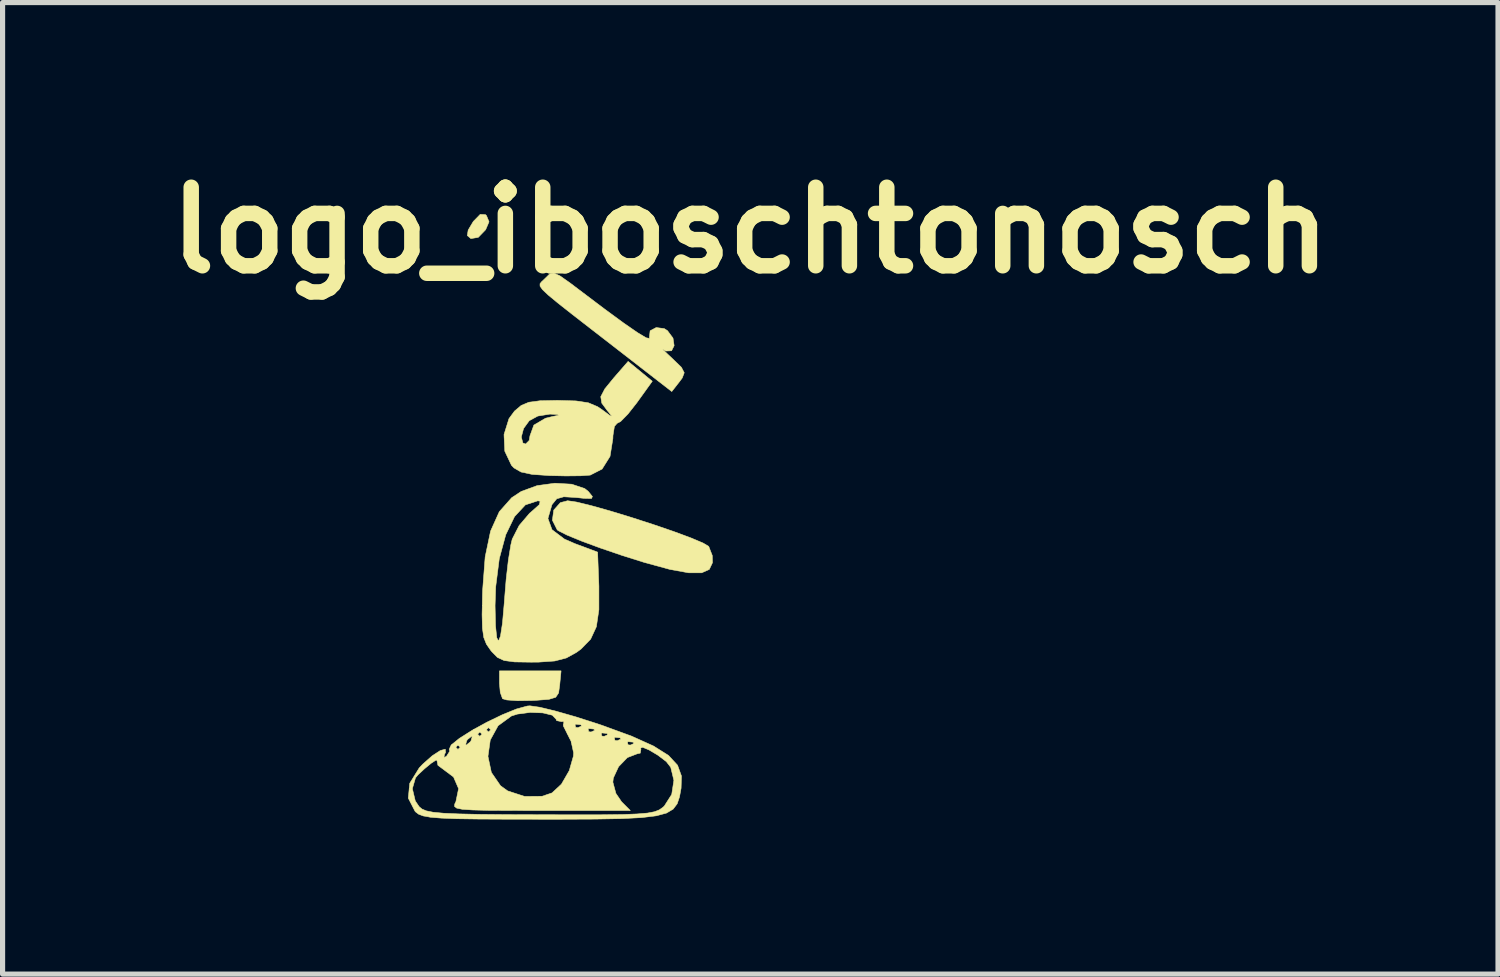
<source format=kicad_pcb>
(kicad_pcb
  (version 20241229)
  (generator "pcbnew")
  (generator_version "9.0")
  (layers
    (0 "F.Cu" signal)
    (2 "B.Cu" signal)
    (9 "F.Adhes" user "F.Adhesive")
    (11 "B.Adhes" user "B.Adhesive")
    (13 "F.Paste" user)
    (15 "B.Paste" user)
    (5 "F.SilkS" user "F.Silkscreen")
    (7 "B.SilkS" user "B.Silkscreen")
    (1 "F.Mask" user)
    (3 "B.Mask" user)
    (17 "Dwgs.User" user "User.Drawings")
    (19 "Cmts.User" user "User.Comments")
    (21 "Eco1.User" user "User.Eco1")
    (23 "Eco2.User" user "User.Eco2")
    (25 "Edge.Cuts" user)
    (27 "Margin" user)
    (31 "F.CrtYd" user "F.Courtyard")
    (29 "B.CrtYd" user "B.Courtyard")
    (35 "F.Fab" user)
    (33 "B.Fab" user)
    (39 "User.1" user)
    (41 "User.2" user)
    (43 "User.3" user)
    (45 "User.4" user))
  (footprint "logo_iboschtonosch"
    (layer "F.Cu")
    (at 8.335 6.498)
    (property "Reference" "logo_iboschtonosch" (at 3.175 -5.08 0) (layer "F.SilkS") (effects (font (size 1.524 1.524) (thickness 0.3))))
    (attr through_hole)
    (fp_poly (pts (xy -2.484 -4.07) (xy -2.248 -3.925) (xy -2.045 -3.771) (xy -1.528 -3.365) (xy -1.701 -3.122) (xy -1.843 -2.961) (xy -1.963 -2.886) (xy -1.974 -2.885) (xy -2.086 -2.938) (xy -2.286 -3.072) (xy -2.534 -3.258) (xy -2.562 -3.28) (xy -2.811 -3.484) (xy -2.945 -3.619) (xy -2.986 -3.716) (xy -2.956 -3.808) (xy -2.936 -3.841) (xy -2.793 -4.025) (xy -2.653 -4.102) (xy -2.484 -4.07)) (stroke (width 0.01) (type solid)) (fill yes) (layer "F.Mask"))
    (fp_poly (pts (xy -2.715 5.587) (xy -2.64 5.698) (xy -2.668 5.89) (xy -2.789 6.046) (xy -2.921 6.096) (xy -3.061 6.037) (xy -3.129 5.973) (xy -3.196 5.822) (xy -3.013 5.822) (xy -3.001 5.849) (xy -2.898 5.891) (xy -2.871 5.88) (xy -2.829 5.777) (xy -2.841 5.75) (xy -2.944 5.708) (xy -2.971 5.719) (xy -3.013 5.822) (xy -3.196 5.822) (xy -3.216 5.777) (xy -3.153 5.621) (xy -2.961 5.547) (xy -2.921 5.546) (xy -2.715 5.587)) (stroke (width 0.01) (type solid)) (fill yes) (layer "F.Mask"))
    (fp_poly (pts (xy -1.049 -5.488) (xy -0.838 -5.323) (xy -0.65 -5.157) (xy -0.529 -5.028) (xy -0.508 -4.987) (xy -0.558 -4.881) (xy -0.688 -4.687) (xy -0.871 -4.44) (xy -1.077 -4.177) (xy -1.278 -3.933) (xy -1.446 -3.745) (xy -1.552 -3.65) (xy -1.566 -3.645) (xy -1.672 -3.694) (xy -1.857 -3.826) (xy -2.027 -3.965) (xy -2.403 -4.29) (xy -1.869 -4.98) (xy -1.62 -5.286) (xy -1.417 -5.502) (xy -1.28 -5.61) (xy -1.239 -5.615) (xy -1.049 -5.488)) (stroke (width 0.01) (type solid)) (fill yes) (layer "F.Mask"))
    (fp_poly (pts (xy -0.506 -6.126) (xy -0.266 -5.938) (xy -0.058 -5.778) (xy 0.031 -5.712) (xy 0.128 -5.63) (xy 0.134 -5.544) (xy 0.044 -5.396) (xy 0.004 -5.34) (xy -0.129 -5.173) (xy -0.226 -5.087) (xy -0.239 -5.084) (xy -0.329 -5.135) (xy -0.513 -5.265) (xy -0.754 -5.447) (xy -0.783 -5.47) (xy -1.021 -5.671) (xy -1.194 -5.843) (xy -1.269 -5.953) (xy -1.27 -5.96) (xy -1.213 -6.089) (xy -1.078 -6.247) (xy -0.886 -6.428) (xy -0.506 -6.126)) (stroke (width 0.01) (type solid)) (fill yes) (layer "F.Mask"))
    (fp_poly (pts (xy 1.241 5.198) (xy 1.419 5.338) (xy 1.516 5.576) (xy 1.524 5.676) (xy 1.455 5.911) (xy 1.284 6.056) (xy 1.062 6.089) (xy 0.841 5.991) (xy 0.81 5.963) (xy 0.694 5.74) (xy 0.698 5.62) (xy 0.951 5.62) (xy 0.988 5.768) (xy 1.094 5.842) (xy 1.101 5.842) (xy 1.205 5.774) (xy 1.242 5.709) (xy 1.245 5.553) (xy 1.161 5.451) (xy 1.04 5.454) (xy 1.005 5.481) (xy 0.951 5.62) (xy 0.698 5.62) (xy 0.703 5.483) (xy 0.81 5.298) (xy 1.024 5.177) (xy 1.241 5.198)) (stroke (width 0.01) (type solid)) (fill yes) (layer "F.Mask"))
    (fp_poly (pts (xy -0.799 4.487) (xy -0.57 4.673) (xy -0.44 4.965) (xy -0.423 5.141) (xy -0.473 5.375) (xy -0.596 5.592) (xy -0.753 5.733) (xy -0.84 5.757) (xy -0.988 5.781) (xy -1.03 5.793) (xy -1.208 5.798) (xy -1.27 5.782) (xy -1.556 5.607) (xy -1.728 5.358) (xy -1.781 5.075) (xy -1.778 5.066) (xy -1.335 5.066) (xy -1.308 5.244) (xy -1.253 5.317) (xy -1.159 5.403) (xy -1.077 5.403) (xy -0.981 5.367) (xy -0.88 5.253) (xy -0.848 5.069) (xy -0.892 4.907) (xy -0.932 4.868) (xy -1.112 4.83) (xy -1.258 4.912) (xy -1.335 5.066) (xy -1.778 5.066) (xy -1.71 4.801) (xy -1.511 4.575) (xy -1.423 4.521) (xy -1.095 4.43) (xy -0.799 4.487)) (stroke (width 0.01) (type solid)) (fill yes) (layer "F.Mask"))
    (fp_poly (pts (xy 2.896 -2.159) (xy 2.705 -1.918) (xy 2.515 -1.677) (xy 2.76 -1.476) (xy 3.006 -1.274) (xy 3.223 -1.526) (xy 3.401 -1.714) (xy 3.503 -1.759) (xy 3.548 -1.659) (xy 3.556 -1.478) (xy 3.505 -1.238) (xy 3.377 -1.002) (xy 3.211 -0.825) (xy 3.057 -0.762) (xy 2.999 -0.687) (xy 2.904 -0.483) (xy 2.789 -0.184) (xy 2.697 0.085) (xy 2.579 0.432) (xy 2.477 0.709) (xy 2.403 0.883) (xy 2.374 0.926) (xy 2.271 0.89) (xy 2.117 0.824) (xy 1.955 0.751) (xy 1.884 0.717) (xy 1.899 0.638) (xy 1.958 0.438) (xy 2.05 0.157) (xy 2.075 0.084) (xy 2.175 -0.224) (xy 2.247 -0.473) (xy 2.279 -0.617) (xy 2.28 -0.629) (xy 2.252 -0.6) (xy 2.184 -0.443) (xy 2.09 -0.19) (xy 2.068 -0.127) (xy 1.938 0.245) (xy 1.853 0.483) (xy 1.8 0.616) (xy 1.769 0.671) (xy 1.747 0.673) (xy 1.734 0.662) (xy 1.741 0.569) (xy 1.791 0.353) (xy 1.876 0.051) (xy 1.936 -0.148) (xy 2.069 -0.618) (xy 2.135 -0.983) (xy 2.142 -1.288) (xy 2.138 -1.333) (xy 2.127 -1.613) (xy 2.176 -1.804) (xy 2.301 -1.982) (xy 2.52 -2.162) (xy 2.699 -2.188) (xy 2.896 -2.159)) (stroke (width 0.01) (type solid)) (fill yes) (layer "F.Mask"))
    (fp_poly (pts (xy 1.519 1.569) (xy 1.701 1.625) (xy 1.884 1.668) (xy 2.025 1.709) (xy 2.095 1.784) (xy 2.095 1.927) (xy 2.029 2.171) (xy 1.951 2.401) (xy 1.838 2.851) (xy 1.832 3.265) (xy 1.835 3.296) (xy 1.855 3.562) (xy 1.82 3.734) (xy 1.711 3.883) (xy 1.666 3.93) (xy 1.502 4.05) (xy 1.316 4.128) (xy 1.153 4.157) (xy 1.058 4.126) (xy 1.066 4.043) (xy 1.169 3.895) (xy 1.257 3.786) (xy 1.329 3.675) (xy 1.307 3.573) (xy 1.173 3.423) (xy 1.154 3.405) (xy 0.922 3.175) (xy 0.75 3.408) (xy 0.597 3.567) (xy 0.457 3.64) (xy 0.448 3.641) (xy 0.35 3.582) (xy 0.347 3.429) (xy 0.425 3.219) (xy 0.572 2.989) (xy 0.753 2.794) (xy 1.02 2.489) (xy 1.065 2.396) (xy 1.23 2.396) (xy 1.245 2.449) (xy 1.311 2.346) (xy 1.359 2.232) (xy 1.41 2.059) (xy 1.409 1.974) (xy 1.361 2.019) (xy 1.292 2.176) (xy 1.284 2.197) (xy 1.23 2.396) (xy 1.065 2.396) (xy 1.204 2.106) (xy 1.236 2.008) (xy 1.317 1.778) (xy 1.439 1.778) (xy 1.47 1.848) (xy 1.496 1.834) (xy 1.506 1.734) (xy 1.496 1.722) (xy 1.445 1.733) (xy 1.439 1.778) (xy 1.317 1.778) (xy 1.334 1.728) (xy 1.418 1.589) (xy 1.505 1.565) (xy 1.519 1.569)) (stroke (width 0.01) (type solid)) (fill yes) (layer "F.Mask"))
    (fp_poly (pts (xy -1.965 -5.383) (xy -1.945 -5.365) (xy -1.895 -5.244) (xy -1.961 -5.09) (xy -2.104 -4.942) (xy -2.247 -4.918) (xy -2.317 -4.977) (xy -2.3 -5.083) (xy -2.202 -5.248) (xy -2.199 -5.252) (xy -2.066 -5.388) (xy -1.965 -5.383)) (stroke (width 0.01) (type solid)) (fill yes) (layer "F.SilkS"))
    (fp_poly (pts (xy -0.524 3.747) (xy -0.545 3.899) (xy -0.601 3.983) (xy -0.732 4.023) (xy -0.98 4.042) (xy -1.062 4.046) (xy -1.343 4.05) (xy -1.552 4.035) (xy -1.633 4.011) (xy -1.677 3.89) (xy -1.693 3.711) (xy -1.693 3.471) (xy -0.497 3.471) (xy -0.524 3.747)) (stroke (width 0.01) (type solid)) (fill yes) (layer "F.SilkS"))
    (fp_poly (pts (xy -0.194 0.195) (xy 0.095 0.266) (xy 0.462 0.369) (xy 0.874 0.495) (xy 1.294 0.631) (xy 1.688 0.766) (xy 2.022 0.89) (xy 2.261 0.991) (xy 2.368 1.055) (xy 2.437 1.232) (xy 2.441 1.371) (xy 2.379 1.502) (xy 2.231 1.568) (xy 1.981 1.568) (xy 1.616 1.502) (xy 1.121 1.367) (xy 0.688 1.231) (xy 0.267 1.087) (xy -0.102 0.951) (xy -0.386 0.834) (xy -0.551 0.75) (xy -0.572 0.734) (xy -0.666 0.547) (xy -0.639 0.35) (xy -0.511 0.206) (xy -0.37 0.169) (xy -0.194 0.195)) (stroke (width 0.01) (type solid)) (fill yes) (layer "F.SilkS"))
    (fp_poly (pts (xy -0.522 -4.197) (xy -0.328 -4.061) (xy -0.18 -3.949) (xy 0.331 -3.563) (xy 0.718 -3.279) (xy 0.99 -3.091) (xy 1.154 -2.993) (xy 1.219 -2.981) (xy 1.217 -3.004) (xy 1.231 -3.129) (xy 1.349 -3.192) (xy 1.506 -3.171) (xy 1.567 -3.132) (xy 1.675 -2.987) (xy 1.697 -2.841) (xy 1.647 -2.741) (xy 1.536 -2.736) (xy 1.477 -2.773) (xy 1.482 -2.761) (xy 1.587 -2.661) (xy 1.671 -2.582) (xy 1.838 -2.42) (xy 1.893 -2.315) (xy 1.854 -2.213) (xy 1.799 -2.139) (xy 1.651 -1.95) (xy 0.589 -2.774) (xy 0.092 -3.159) (xy -0.287 -3.453) (xy -0.562 -3.67) (xy -0.747 -3.823) (xy -0.857 -3.927) (xy -0.905 -3.995) (xy -0.906 -4.042) (xy -0.874 -4.082) (xy -0.824 -4.128) (xy -0.806 -4.146) (xy -0.722 -4.228) (xy -0.64 -4.249) (xy -0.522 -4.197)) (stroke (width 0.01) (type solid)) (fill yes) (layer "F.SilkS"))
    (fp_poly (pts (xy 1.273 -2.15) (xy 0.972 -1.731) (xy 0.801 -1.514) (xy 0.66 -1.37) (xy 0.59 -1.333) (xy 0.538 -1.273) (xy 0.51 -1.097) (xy 0.508 -1.035) (xy 0.453 -0.692) (xy 0.299 -0.446) (xy 0.068 -0.328) (xy 0.066 -0.328) (xy -0.115 -0.315) (xy -0.403 -0.312) (xy -0.72 -0.319) (xy -1.058 -0.342) (xy -1.273 -0.388) (xy -1.41 -0.467) (xy -1.46 -0.519) (xy -1.589 -0.792) (xy -1.602 -1.067) (xy -1.269 -1.067) (xy -1.238 -0.952) (xy -1.185 -0.931) (xy -1.115 -1.002) (xy -1.101 -1.09) (xy -1.025 -1.299) (xy -0.799 -1.432) (xy -0.677 -1.462) (xy -0.545 -1.49) (xy -0.568 -1.504) (xy -0.713 -1.512) (xy -0.949 -1.474) (xy -1.115 -1.384) (xy -1.225 -1.232) (xy -1.269 -1.067) (xy -1.602 -1.067) (xy -1.604 -1.117) (xy -1.508 -1.424) (xy -1.401 -1.57) (xy -1.271 -1.68) (xy -1.123 -1.742) (xy -0.907 -1.771) (xy -0.572 -1.778) (xy -0.566 -1.778) (xy -0.209 -1.768) (xy 0.031 -1.732) (xy 0.21 -1.657) (xy 0.306 -1.592) (xy 0.456 -1.481) (xy 0.487 -1.473) (xy 0.412 -1.566) (xy 0.402 -1.577) (xy 0.293 -1.725) (xy 0.273 -1.85) (xy 0.352 -2.002) (xy 0.53 -2.22) (xy 0.804 -2.535) (xy 1.273 -2.15)) (stroke (width 0.01) (type solid)) (fill yes) (layer "F.SilkS"))
    (fp_poly (pts (xy -0.291 -0.152) (xy -0.039 -0.068) (xy 0.033 -0.01) (xy 0.111 0.087) (xy 0.093 0.126) (xy -0.051 0.123) (xy -0.199 0.107) (xy -0.444 0.092) (xy -0.581 0.131) (xy -0.67 0.24) (xy -0.676 0.252) (xy -0.752 0.513) (xy -0.673 0.731) (xy -0.432 0.913) (xy -0.233 1) (xy 0.212 1.166) (xy 0.237 1.826) (xy 0.237 2.283) (xy 0.188 2.614) (xy 0.076 2.856) (xy -0.11 3.047) (xy -0.197 3.111) (xy -0.394 3.22) (xy -0.62 3.279) (xy -0.935 3.301) (xy -1.079 3.302) (xy -1.4 3.297) (xy -1.602 3.27) (xy -1.733 3.209) (xy -1.842 3.098) (xy -1.865 3.069) (xy -1.946 2.952) (xy -1.997 2.823) (xy -2.023 2.645) (xy -2.03 2.379) (xy -2.026 2.205) (xy -1.778 2.205) (xy -1.769 2.599) (xy -1.745 2.827) (xy -1.712 2.892) (xy -1.673 2.797) (xy -1.634 2.544) (xy -1.598 2.136) (xy -1.596 2.103) (xy -1.563 1.697) (xy -1.52 1.32) (xy -1.472 1.026) (xy -1.445 0.914) (xy -1.31 0.649) (xy -1.107 0.411) (xy -1.077 0.386) (xy -0.919 0.245) (xy -0.903 0.179) (xy -0.948 0.17) (xy -1.189 0.249) (xy -1.4 0.476) (xy -1.571 0.83) (xy -1.696 1.292) (xy -1.766 1.842) (xy -1.778 2.205) (xy -2.026 2.205) (xy -2.022 1.988) (xy -2.019 1.903) (xy -1.97 1.259) (xy -1.865 0.758) (xy -1.696 0.382) (xy -1.456 0.111) (xy -1.271 -0.011) (xy -0.963 -0.124) (xy -0.617 -0.171) (xy -0.291 -0.152)) (stroke (width 0.01) (type solid)) (fill yes) (layer "F.SilkS"))
    (fp_poly (pts (xy -0.912 4.176) (xy -0.603 4.251) (xy -0.214 4.362) (xy 0.214 4.499) (xy 0.296 4.527) (xy 0.871 4.737) (xy 1.295 4.928) (xy 1.587 5.111) (xy 1.763 5.301) (xy 1.839 5.511) (xy 1.832 5.748) (xy 1.801 5.917) (xy 1.756 6.05) (xy 1.678 6.153) (xy 1.549 6.23) (xy 1.352 6.283) (xy 1.067 6.318) (xy 0.677 6.338) (xy 0.163 6.347) (xy -0.492 6.35) (xy -0.885 6.35) (xy -1.574 6.349) (xy -2.113 6.346) (xy -2.523 6.34) (xy -2.823 6.328) (xy -3.032 6.311) (xy -3.171 6.286) (xy -3.26 6.253) (xy -3.318 6.209) (xy -3.331 6.195) (xy -3.462 5.94) (xy -3.444 5.756) (xy -3.383 5.756) (xy -3.326 5.995) (xy -3.251 6.106) (xy -3.196 6.152) (xy -3.113 6.187) (xy -2.98 6.214) (xy -2.778 6.233) (xy -2.486 6.246) (xy -2.085 6.255) (xy -1.553 6.26) (xy -0.898 6.262) (xy -0.227 6.264) (xy 0.296 6.263) (xy 0.691 6.258) (xy 0.979 6.247) (xy 1.181 6.23) (xy 1.317 6.204) (xy 1.409 6.168) (xy 1.476 6.121) (xy 1.506 6.094) (xy 1.65 5.868) (xy 1.692 5.595) (xy 1.631 5.342) (xy 1.545 5.231) (xy 1.38 5.106) (xy 1.212 5.006) (xy 1.086 4.953) (xy 1.045 4.969) (xy 1.053 4.987) (xy 1.04 5.067) (xy 0.979 5.08) (xy 0.79 5.153) (xy 0.619 5.33) (xy 0.517 5.55) (xy 0.508 5.63) (xy 0.567 5.849) (xy 0.677 6.011) (xy 0.847 6.181) (xy -0.892 6.181) (xy -1.475 6.18) (xy -1.909 6.178) (xy -2.215 6.17) (xy -2.413 6.157) (xy -2.523 6.134) (xy -2.565 6.101) (xy -2.561 6.055) (xy -2.538 6.008) (xy -2.486 5.756) (xy -2.584 5.53) (xy -2.756 5.401) (xy -2.887 5.303) (xy -2.904 5.216) (xy -2.919 5.199) (xy -3.016 5.262) (xy -3.147 5.37) (xy -3.271 5.486) (xy -3.322 5.546) (xy -3.383 5.756) (xy -3.444 5.756) (xy -3.434 5.653) (xy -3.25 5.354) (xy -3.183 5.283) (xy -2.998 5.119) (xy -2.841 5.017) (xy -2.744 4.99) (xy -2.738 5.052) (xy -2.76 5.093) (xy -2.77 5.151) (xy -2.721 5.13) (xy -2.721 5.129) (xy -1.916 5.129) (xy -1.85 5.441) (xy -1.671 5.701) (xy -1.533 5.8) (xy -1.205 5.907) (xy -0.866 5.904) (xy -0.673 5.839) (xy -0.49 5.669) (xy -0.338 5.406) (xy -0.258 5.126) (xy -0.254 5.061) (xy -0.299 4.854) (xy 0.79 4.854) (xy 0.802 4.905) (xy 0.847 4.911) (xy 0.916 4.88) (xy 0.903 4.854) (xy 0.803 4.844) (xy 0.79 4.854) (xy -0.299 4.854) (xy -0.303 4.836) (xy -0.337 4.77) (xy 0.536 4.77) (xy 0.548 4.82) (xy 0.593 4.826) (xy 0.662 4.795) (xy 0.649 4.77) (xy 0.549 4.759) (xy 0.536 4.77) (xy -0.337 4.77) (xy -0.38 4.685) (xy 0.282 4.685) (xy 0.294 4.735) (xy 0.339 4.741) (xy 0.408 4.71) (xy 0.395 4.685) (xy 0.295 4.675) (xy 0.282 4.685) (xy -0.38 4.685) (xy -0.381 4.683) (xy -0.422 4.6) (xy 0.028 4.6) (xy 0.04 4.651) (xy 0.085 4.657) (xy 0.154 4.626) (xy 0.141 4.6) (xy 0.041 4.59) (xy 0.028 4.6) (xy -0.422 4.6) (xy -0.454 4.537) (xy -0.451 4.516) (xy -0.226 4.516) (xy -0.214 4.566) (xy -0.169 4.572) (xy -0.1 4.541) (xy -0.113 4.516) (xy -0.213 4.505) (xy -0.226 4.516) (xy -0.451 4.516) (xy -0.444 4.466) (xy -0.446 4.448) (xy -0.487 4.456) (xy -0.584 4.436) (xy -0.593 4.409) (xy -0.667 4.331) (xy -0.853 4.286) (xy -1.096 4.277) (xy -1.342 4.309) (xy -1.46 4.346) (xy -1.719 4.535) (xy -1.871 4.812) (xy -1.916 5.129) (xy -2.721 5.129) (xy -2.658 5.03) (xy -2.668 4.993) (xy -2.65 4.953) (xy -2.54 4.953) (xy -2.498 4.995) (xy -2.455 4.953) (xy -2.498 4.911) (xy -2.54 4.953) (xy -2.65 4.953) (xy -2.63 4.91) (xy -2.624 4.905) (xy -2.35 4.905) (xy -2.338 4.911) (xy -2.261 4.851) (xy -2.244 4.826) (xy -2.222 4.747) (xy -2.234 4.741) (xy -2.311 4.801) (xy -2.328 4.826) (xy -2.35 4.905) (xy -2.624 4.905) (xy -2.471 4.781) (xy -2.341 4.699) (xy -2.117 4.699) (xy -2.074 4.741) (xy -2.032 4.699) (xy -2.074 4.657) (xy -2.117 4.699) (xy -2.341 4.699) (xy -2.229 4.628) (xy -2.205 4.614) (xy -1.947 4.614) (xy -1.905 4.657) (xy -1.863 4.614) (xy -1.905 4.572) (xy -1.947 4.614) (xy -2.205 4.614) (xy -1.939 4.468) (xy -1.639 4.323) (xy -1.365 4.211) (xy -1.153 4.153) (xy -1.102 4.149) (xy -0.912 4.176)) (stroke (width 0.01) (type solid)) (fill yes) (layer "F.SilkS")))
  (gr_rect
    (start -3 -3)
    (end 26.02 15.853)
    (stroke (width 0.1) (type default))
    (fill no)
    (layer "Edge.Cuts")))
</source>
